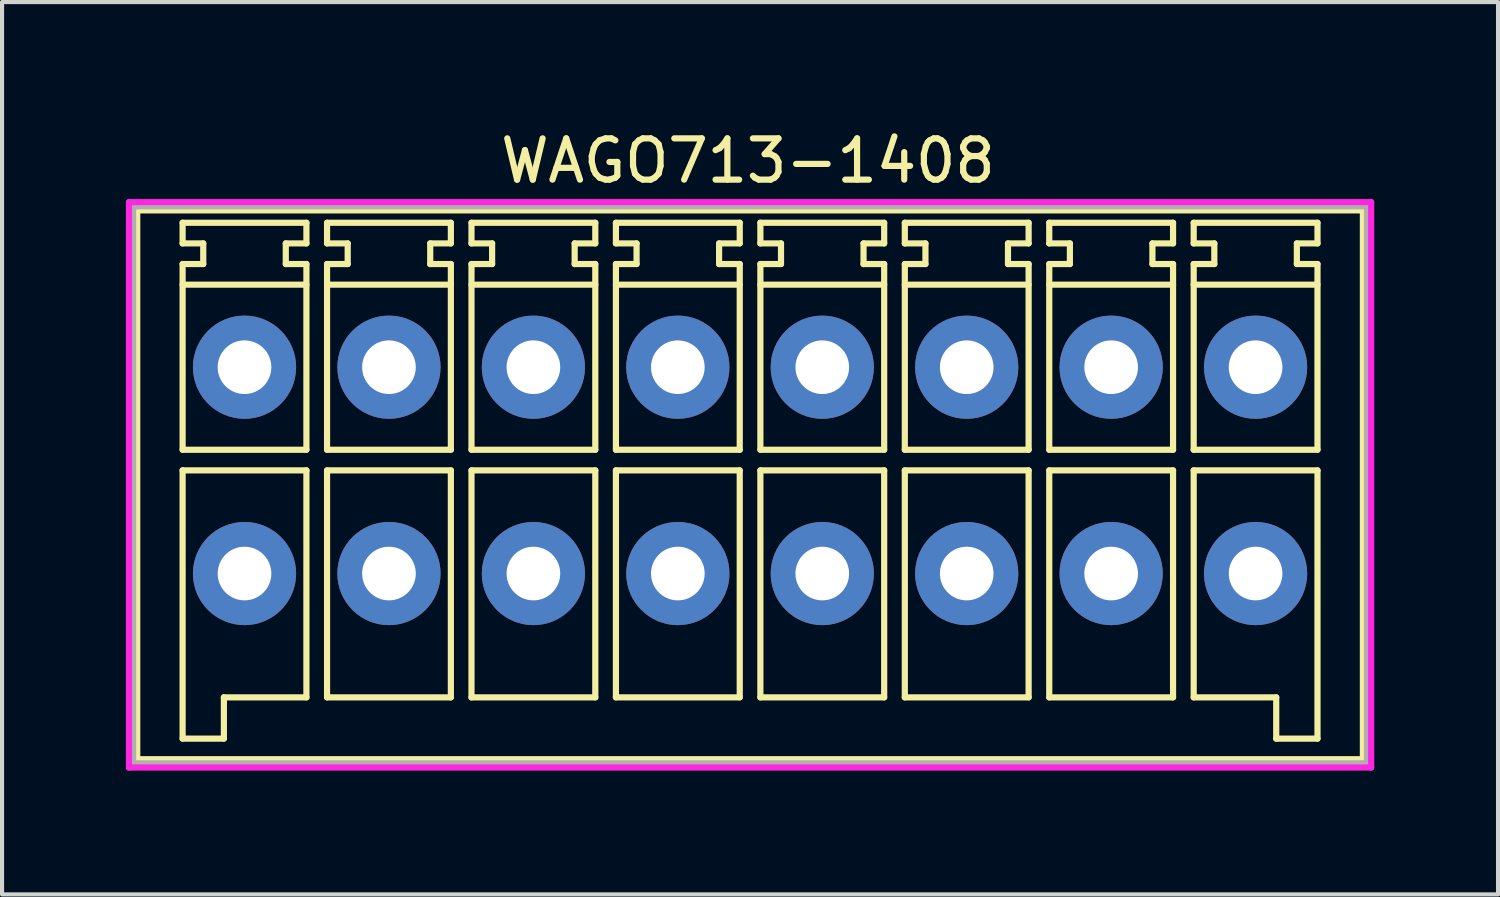
<source format=kicad_pcb>
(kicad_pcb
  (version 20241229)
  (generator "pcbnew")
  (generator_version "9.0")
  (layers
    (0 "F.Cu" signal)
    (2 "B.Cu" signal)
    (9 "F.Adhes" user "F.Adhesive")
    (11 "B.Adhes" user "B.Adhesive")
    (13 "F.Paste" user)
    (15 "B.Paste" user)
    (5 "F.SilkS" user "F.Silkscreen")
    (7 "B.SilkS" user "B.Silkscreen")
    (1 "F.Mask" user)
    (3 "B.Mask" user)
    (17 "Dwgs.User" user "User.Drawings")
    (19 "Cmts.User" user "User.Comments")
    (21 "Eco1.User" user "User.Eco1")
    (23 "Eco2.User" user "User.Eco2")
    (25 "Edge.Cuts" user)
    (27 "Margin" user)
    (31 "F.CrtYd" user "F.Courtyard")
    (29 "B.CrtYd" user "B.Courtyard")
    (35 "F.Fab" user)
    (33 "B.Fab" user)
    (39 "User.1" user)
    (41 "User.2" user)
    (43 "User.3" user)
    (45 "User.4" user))
  (footprint "WAGO713-1408"
    (layer "F.Cu")
    (at 2.875 5.848)
    (property "Reference" "WAGO713-1408" (at 12.2 -5 0) (layer "F.SilkS") (effects (font (size 1 1) (thickness 0.15))))
    (attr through_hole)
    (fp_line (start -2.6 -3.8) (end -2.6 9.5) (stroke (width 0.15) (type solid)) (layer "F.SilkS"))
    (fp_line (start -2.6 9.5) (end 27.1 9.5) (stroke (width 0.15) (type solid)) (layer "F.SilkS"))
    (fp_line (start -1.5 -3.5) (end 1.5 -3.5) (stroke (width 0.15) (type solid)) (layer "F.SilkS"))
    (fp_line (start -1.5 -3) (end -1.5 -3.5) (stroke (width 0.15) (type solid)) (layer "F.SilkS"))
    (fp_line (start -1.5 -2.5) (end -1 -2.5) (stroke (width 0.15) (type solid)) (layer "F.SilkS"))
    (fp_line (start -1.5 2) (end -1.5 -2.5) (stroke (width 0.15) (type solid)) (layer "F.SilkS"))
    (fp_line (start -1.5 2.5) (end -1.5 9) (stroke (width 0.15) (type solid)) (layer "F.SilkS"))
    (fp_line (start -1.5 9) (end -0.5 9) (stroke (width 0.15) (type solid)) (layer "F.SilkS"))
    (fp_line (start -1 -3) (end -1.5 -3) (stroke (width 0.15) (type solid)) (layer "F.SilkS"))
    (fp_line (start -1 -2.5) (end -1 -3) (stroke (width 0.15) (type solid)) (layer "F.SilkS"))
    (fp_line (start -0.5 8) (end 1.5 8) (stroke (width 0.15) (type solid)) (layer "F.SilkS"))
    (fp_line (start -0.5 9) (end -0.5 8) (stroke (width 0.15) (type solid)) (layer "F.SilkS"))
    (fp_line (start 1 -3) (end 1 -2.5) (stroke (width 0.15) (type solid)) (layer "F.SilkS"))
    (fp_line (start 1 -2.5) (end 1.5 -2.5) (stroke (width 0.15) (type solid)) (layer "F.SilkS"))
    (fp_line (start 1.5 -3.5) (end 1.5 -3) (stroke (width 0.15) (type solid)) (layer "F.SilkS"))
    (fp_line (start 1.5 -3) (end 1 -3) (stroke (width 0.15) (type solid)) (layer "F.SilkS"))
    (fp_line (start 1.5 -2.5) (end 1.5 2) (stroke (width 0.15) (type solid)) (layer "F.SilkS"))
    (fp_line (start 1.5 -2) (end -1.5 -2) (stroke (width 0.15) (type solid)) (layer "F.SilkS"))
    (fp_line (start 1.5 2) (end -1.5 2) (stroke (width 0.15) (type solid)) (layer "F.SilkS"))
    (fp_line (start 1.5 2.5) (end -1.5 2.5) (stroke (width 0.15) (type solid)) (layer "F.SilkS"))
    (fp_line (start 1.5 8) (end 1.5 2.5) (stroke (width 0.15) (type solid)) (layer "F.SilkS"))
    (fp_line (start 2 -3.5) (end 2 -3) (stroke (width 0.15) (type solid)) (layer "F.SilkS"))
    (fp_line (start 2 -3) (end 2.5 -3) (stroke (width 0.15) (type solid)) (layer "F.SilkS"))
    (fp_line (start 2 -2.5) (end 2 2) (stroke (width 0.15) (type solid)) (layer "F.SilkS"))
    (fp_line (start 2 2) (end 5 2) (stroke (width 0.15) (type solid)) (layer "F.SilkS"))
    (fp_line (start 2 2.5) (end 2 8) (stroke (width 0.15) (type solid)) (layer "F.SilkS"))
    (fp_line (start 2 8) (end 5 8) (stroke (width 0.15) (type solid)) (layer "F.SilkS"))
    (fp_line (start 2.5 -3) (end 2.5 -2.5) (stroke (width 0.15) (type solid)) (layer "F.SilkS"))
    (fp_line (start 2.5 -2.5) (end 2 -2.5) (stroke (width 0.15) (type solid)) (layer "F.SilkS"))
    (fp_line (start 4.5 -3) (end 5 -3) (stroke (width 0.15) (type solid)) (layer "F.SilkS"))
    (fp_line (start 4.5 -2.5) (end 4.5 -3) (stroke (width 0.15) (type solid)) (layer "F.SilkS"))
    (fp_line (start 5 -3.5) (end 2 -3.5) (stroke (width 0.15) (type solid)) (layer "F.SilkS"))
    (fp_line (start 5 -3) (end 5 -3.5) (stroke (width 0.15) (type solid)) (layer "F.SilkS"))
    (fp_line (start 5 -2.5) (end 4.5 -2.5) (stroke (width 0.15) (type solid)) (layer "F.SilkS"))
    (fp_line (start 5 -2) (end 2 -2) (stroke (width 0.15) (type solid)) (layer "F.SilkS"))
    (fp_line (start 5 2) (end 5 -2.5) (stroke (width 0.15) (type solid)) (layer "F.SilkS"))
    (fp_line (start 5 2.5) (end 2 2.5) (stroke (width 0.15) (type solid)) (layer "F.SilkS"))
    (fp_line (start 5 8) (end 5 2.5) (stroke (width 0.15) (type solid)) (layer "F.SilkS"))
    (fp_line (start 5.5 -3.5) (end 5.5 -3) (stroke (width 0.15) (type solid)) (layer "F.SilkS"))
    (fp_line (start 5.5 -3) (end 6 -3) (stroke (width 0.15) (type solid)) (layer "F.SilkS"))
    (fp_line (start 5.5 -2.5) (end 5.5 2) (stroke (width 0.15) (type solid)) (layer "F.SilkS"))
    (fp_line (start 5.5 2) (end 8.5 2) (stroke (width 0.15) (type solid)) (layer "F.SilkS"))
    (fp_line (start 5.5 2.5) (end 5.5 8) (stroke (width 0.15) (type solid)) (layer "F.SilkS"))
    (fp_line (start 5.5 8) (end 8.5 8) (stroke (width 0.15) (type solid)) (layer "F.SilkS"))
    (fp_line (start 6 -3) (end 6 -2.5) (stroke (width 0.15) (type solid)) (layer "F.SilkS"))
    (fp_line (start 6 -2.5) (end 5.5 -2.5) (stroke (width 0.15) (type solid)) (layer "F.SilkS"))
    (fp_line (start 8 -3) (end 8.5 -3) (stroke (width 0.15) (type solid)) (layer "F.SilkS"))
    (fp_line (start 8 -2.5) (end 8 -3) (stroke (width 0.15) (type solid)) (layer "F.SilkS"))
    (fp_line (start 8.5 -3.5) (end 5.5 -3.5) (stroke (width 0.15) (type solid)) (layer "F.SilkS"))
    (fp_line (start 8.5 -3) (end 8.5 -3.5) (stroke (width 0.15) (type solid)) (layer "F.SilkS"))
    (fp_line (start 8.5 -2.5) (end 8 -2.5) (stroke (width 0.15) (type solid)) (layer "F.SilkS"))
    (fp_line (start 8.5 -2) (end 5.5 -2) (stroke (width 0.15) (type solid)) (layer "F.SilkS"))
    (fp_line (start 8.5 2) (end 8.5 -2.5) (stroke (width 0.15) (type solid)) (layer "F.SilkS"))
    (fp_line (start 8.5 2.5) (end 5.5 2.5) (stroke (width 0.15) (type solid)) (layer "F.SilkS"))
    (fp_line (start 8.5 8) (end 8.5 2.5) (stroke (width 0.15) (type solid)) (layer "F.SilkS"))
    (fp_line (start 9 -3.5) (end 9 -3) (stroke (width 0.15) (type solid)) (layer "F.SilkS"))
    (fp_line (start 9 -3) (end 9.5 -3) (stroke (width 0.15) (type solid)) (layer "F.SilkS"))
    (fp_line (start 9 -2.5) (end 9 2) (stroke (width 0.15) (type solid)) (layer "F.SilkS"))
    (fp_line (start 9 2) (end 12 2) (stroke (width 0.15) (type solid)) (layer "F.SilkS"))
    (fp_line (start 9 2.5) (end 9 8) (stroke (width 0.15) (type solid)) (layer "F.SilkS"))
    (fp_line (start 9 8) (end 12 8) (stroke (width 0.15) (type solid)) (layer "F.SilkS"))
    (fp_line (start 9.5 -3) (end 9.5 -2.5) (stroke (width 0.15) (type solid)) (layer "F.SilkS"))
    (fp_line (start 9.5 -2.5) (end 9 -2.5) (stroke (width 0.15) (type solid)) (layer "F.SilkS"))
    (fp_line (start 11.5 -3) (end 12 -3) (stroke (width 0.15) (type solid)) (layer "F.SilkS"))
    (fp_line (start 11.5 -2.5) (end 11.5 -3) (stroke (width 0.15) (type solid)) (layer "F.SilkS"))
    (fp_line (start 12 -3.5) (end 9 -3.5) (stroke (width 0.15) (type solid)) (layer "F.SilkS"))
    (fp_line (start 12 -3) (end 12 -3.5) (stroke (width 0.15) (type solid)) (layer "F.SilkS"))
    (fp_line (start 12 -2.5) (end 11.5 -2.5) (stroke (width 0.15) (type solid)) (layer "F.SilkS"))
    (fp_line (start 12 -2) (end 9 -2) (stroke (width 0.15) (type solid)) (layer "F.SilkS"))
    (fp_line (start 12 2) (end 12 -2.5) (stroke (width 0.15) (type solid)) (layer "F.SilkS"))
    (fp_line (start 12 2.5) (end 9 2.5) (stroke (width 0.15) (type solid)) (layer "F.SilkS"))
    (fp_line (start 12 8) (end 12 2.5) (stroke (width 0.15) (type solid)) (layer "F.SilkS"))
    (fp_line (start 12.5 -3.5) (end 12.5 -3) (stroke (width 0.15) (type solid)) (layer "F.SilkS"))
    (fp_line (start 12.5 -3) (end 13 -3) (stroke (width 0.15) (type solid)) (layer "F.SilkS"))
    (fp_line (start 12.5 -2.5) (end 12.5 2) (stroke (width 0.15) (type solid)) (layer "F.SilkS"))
    (fp_line (start 12.5 2) (end 15.5 2) (stroke (width 0.15) (type solid)) (layer "F.SilkS"))
    (fp_line (start 12.5 2.5) (end 12.5 8) (stroke (width 0.15) (type solid)) (layer "F.SilkS"))
    (fp_line (start 12.5 8) (end 15.5 8) (stroke (width 0.15) (type solid)) (layer "F.SilkS"))
    (fp_line (start 13 -3) (end 13 -2.5) (stroke (width 0.15) (type solid)) (layer "F.SilkS"))
    (fp_line (start 13 -2.5) (end 12.5 -2.5) (stroke (width 0.15) (type solid)) (layer "F.SilkS"))
    (fp_line (start 15 -3) (end 15.5 -3) (stroke (width 0.15) (type solid)) (layer "F.SilkS"))
    (fp_line (start 15 -2.5) (end 15 -3) (stroke (width 0.15) (type solid)) (layer "F.SilkS"))
    (fp_line (start 15.5 -3.5) (end 12.5 -3.5) (stroke (width 0.15) (type solid)) (layer "F.SilkS"))
    (fp_line (start 15.5 -3) (end 15.5 -3.5) (stroke (width 0.15) (type solid)) (layer "F.SilkS"))
    (fp_line (start 15.5 -2.5) (end 15 -2.5) (stroke (width 0.15) (type solid)) (layer "F.SilkS"))
    (fp_line (start 15.5 -2) (end 12.5 -2) (stroke (width 0.15) (type solid)) (layer "F.SilkS"))
    (fp_line (start 15.5 2) (end 15.5 -2.5) (stroke (width 0.15) (type solid)) (layer "F.SilkS"))
    (fp_line (start 15.5 2.5) (end 12.5 2.5) (stroke (width 0.15) (type solid)) (layer "F.SilkS"))
    (fp_line (start 15.5 8) (end 15.5 2.5) (stroke (width 0.15) (type solid)) (layer "F.SilkS"))
    (fp_line (start 16 -3.5) (end 16 -3) (stroke (width 0.15) (type solid)) (layer "F.SilkS"))
    (fp_line (start 16 -3) (end 16.5 -3) (stroke (width 0.15) (type solid)) (layer "F.SilkS"))
    (fp_line (start 16 -2.5) (end 16 2) (stroke (width 0.15) (type solid)) (layer "F.SilkS"))
    (fp_line (start 16 2) (end 19 2) (stroke (width 0.15) (type solid)) (layer "F.SilkS"))
    (fp_line (start 16 2.5) (end 16 8) (stroke (width 0.15) (type solid)) (layer "F.SilkS"))
    (fp_line (start 16 8) (end 19 8) (stroke (width 0.15) (type solid)) (layer "F.SilkS"))
    (fp_line (start 16.5 -3) (end 16.5 -2.5) (stroke (width 0.15) (type solid)) (layer "F.SilkS"))
    (fp_line (start 16.5 -2.5) (end 16 -2.5) (stroke (width 0.15) (type solid)) (layer "F.SilkS"))
    (fp_line (start 18.5 -3) (end 19 -3) (stroke (width 0.15) (type solid)) (layer "F.SilkS"))
    (fp_line (start 18.5 -2.5) (end 18.5 -3) (stroke (width 0.15) (type solid)) (layer "F.SilkS"))
    (fp_line (start 19 -3.5) (end 16 -3.5) (stroke (width 0.15) (type solid)) (layer "F.SilkS"))
    (fp_line (start 19 -3) (end 19 -3.5) (stroke (width 0.15) (type solid)) (layer "F.SilkS"))
    (fp_line (start 19 -2.5) (end 18.5 -2.5) (stroke (width 0.15) (type solid)) (layer "F.SilkS"))
    (fp_line (start 19 -2) (end 16 -2) (stroke (width 0.15) (type solid)) (layer "F.SilkS"))
    (fp_line (start 19 2) (end 19 -2.5) (stroke (width 0.15) (type solid)) (layer "F.SilkS"))
    (fp_line (start 19 2.5) (end 16 2.5) (stroke (width 0.15) (type solid)) (layer "F.SilkS"))
    (fp_line (start 19 8) (end 19 2.5) (stroke (width 0.15) (type solid)) (layer "F.SilkS"))
    (fp_line (start 19.5 -3.5) (end 19.5 -3) (stroke (width 0.15) (type solid)) (layer "F.SilkS"))
    (fp_line (start 19.5 -3) (end 20 -3) (stroke (width 0.15) (type solid)) (layer "F.SilkS"))
    (fp_line (start 19.5 -2.5) (end 19.5 2) (stroke (width 0.15) (type solid)) (layer "F.SilkS"))
    (fp_line (start 19.5 2) (end 22.5 2) (stroke (width 0.15) (type solid)) (layer "F.SilkS"))
    (fp_line (start 19.5 2.5) (end 19.5 8) (stroke (width 0.15) (type solid)) (layer "F.SilkS"))
    (fp_line (start 19.5 8) (end 22.5 8) (stroke (width 0.15) (type solid)) (layer "F.SilkS"))
    (fp_line (start 20 -3) (end 20 -2.5) (stroke (width 0.15) (type solid)) (layer "F.SilkS"))
    (fp_line (start 20 -2.5) (end 19.5 -2.5) (stroke (width 0.15) (type solid)) (layer "F.SilkS"))
    (fp_line (start 22 -3) (end 22.5 -3) (stroke (width 0.15) (type solid)) (layer "F.SilkS"))
    (fp_line (start 22 -2.5) (end 22 -3) (stroke (width 0.15) (type solid)) (layer "F.SilkS"))
    (fp_line (start 22.5 -3.5) (end 19.5 -3.5) (stroke (width 0.15) (type solid)) (layer "F.SilkS"))
    (fp_line (start 22.5 -3) (end 22.5 -3.5) (stroke (width 0.15) (type solid)) (layer "F.SilkS"))
    (fp_line (start 22.5 -2.5) (end 22 -2.5) (stroke (width 0.15) (type solid)) (layer "F.SilkS"))
    (fp_line (start 22.5 -2) (end 19.5 -2) (stroke (width 0.15) (type solid)) (layer "F.SilkS"))
    (fp_line (start 22.5 2) (end 22.5 -2.5) (stroke (width 0.15) (type solid)) (layer "F.SilkS"))
    (fp_line (start 22.5 2.5) (end 19.5 2.5) (stroke (width 0.15) (type solid)) (layer "F.SilkS"))
    (fp_line (start 22.5 8) (end 22.5 2.5) (stroke (width 0.15) (type solid)) (layer "F.SilkS"))
    (fp_line (start 23 -3.5) (end 26 -3.5) (stroke (width 0.15) (type solid)) (layer "F.SilkS"))
    (fp_line (start 23 -3) (end 23 -3.5) (stroke (width 0.15) (type solid)) (layer "F.SilkS"))
    (fp_line (start 23 -2.5) (end 23.5 -2.5) (stroke (width 0.15) (type solid)) (layer "F.SilkS"))
    (fp_line (start 23 -2) (end 26 -2) (stroke (width 0.15) (type solid)) (layer "F.SilkS"))
    (fp_line (start 23 2) (end 23 -2.5) (stroke (width 0.15) (type solid)) (layer "F.SilkS"))
    (fp_line (start 23 2.5) (end 23 8) (stroke (width 0.15) (type solid)) (layer "F.SilkS"))
    (fp_line (start 23 8) (end 25 8) (stroke (width 0.15) (type solid)) (layer "F.SilkS"))
    (fp_line (start 23.5 -3) (end 23 -3) (stroke (width 0.15) (type solid)) (layer "F.SilkS"))
    (fp_line (start 23.5 -2.5) (end 23.5 -3) (stroke (width 0.15) (type solid)) (layer "F.SilkS"))
    (fp_line (start 25 8) (end 25 9) (stroke (width 0.15) (type solid)) (layer "F.SilkS"))
    (fp_line (start 25 9) (end 26 9) (stroke (width 0.15) (type solid)) (layer "F.SilkS"))
    (fp_line (start 25.5 -3) (end 25.5 -2.5) (stroke (width 0.15) (type solid)) (layer "F.SilkS"))
    (fp_line (start 25.5 -2.5) (end 26 -2.5) (stroke (width 0.15) (type solid)) (layer "F.SilkS"))
    (fp_line (start 26 -3.5) (end 26 -3) (stroke (width 0.15) (type solid)) (layer "F.SilkS"))
    (fp_line (start 26 -3) (end 25.5 -3) (stroke (width 0.15) (type solid)) (layer "F.SilkS"))
    (fp_line (start 26 -2.5) (end 26 2) (stroke (width 0.15) (type solid)) (layer "F.SilkS"))
    (fp_line (start 26 2) (end 23 2) (stroke (width 0.15) (type solid)) (layer "F.SilkS"))
    (fp_line (start 26 2.5) (end 23 2.5) (stroke (width 0.15) (type solid)) (layer "F.SilkS"))
    (fp_line (start 26 9) (end 26 2.5) (stroke (width 0.15) (type solid)) (layer "F.SilkS"))
    (fp_line (start 27.1 -3.8) (end -2.6 -3.8) (stroke (width 0.15) (type solid)) (layer "F.SilkS"))
    (fp_line (start 27.1 9.5) (end 27.1 -3.8) (stroke (width 0.15) (type solid)) (layer "F.SilkS"))
    (fp_line (start -2.8 -4) (end 27.3 -4) (stroke (width 0.15) (type solid)) (layer "F.CrtYd"))
    (fp_line (start -2.8 9.7) (end -2.8 -4) (stroke (width 0.15) (type solid)) (layer "F.CrtYd"))
    (fp_line (start 27.3 -4) (end 27.3 9.7) (stroke (width 0.15) (type solid)) (layer "F.CrtYd"))
    (fp_line (start 27.3 9.7) (end -2.8 9.7) (stroke (width 0.15) (type solid)) (layer "F.CrtYd"))
    (fp_line (start -2.7 -3.9) (end 27.2 -3.9) (stroke (width 0.15) (type solid)) (layer "F.Fab"))
    (fp_line (start -2.7 9.6) (end -2.7 -3.9) (stroke (width 0.15) (type solid)) (layer "F.Fab"))
    (fp_line (start 27.2 -3.9) (end 27.2 9.6) (stroke (width 0.15) (type solid)) (layer "F.Fab"))
    (fp_line (start 27.2 9.6) (end -2.7 9.6) (stroke (width 0.15) (type solid)) (layer "F.Fab"))
    (pad "1" thru_hole circle (at 0 0) (size 2.5 2.5) (drill 1.3) (layers "*.Cu" "*.Mask"))
    (pad "2" thru_hole circle (at 0 5) (size 2.5 2.5) (drill 1.3) (layers "*.Cu" "*.Mask"))
    (pad "3" thru_hole circle (at 3.5 0) (size 2.5 2.5) (drill 1.3) (layers "*.Cu" "*.Mask"))
    (pad "4" thru_hole circle (at 3.5 5) (size 2.5 2.5) (drill 1.3) (layers "*.Cu" "*.Mask"))
    (pad "5" thru_hole circle (at 7 0) (size 2.5 2.5) (drill 1.3) (layers "*.Cu" "*.Mask"))
    (pad "6" thru_hole circle (at 7 5) (size 2.5 2.5) (drill 1.3) (layers "*.Cu" "*.Mask"))
    (pad "7" thru_hole circle (at 10.5 0) (size 2.5 2.5) (drill 1.3) (layers "*.Cu" "*.Mask"))
    (pad "8" thru_hole circle (at 10.5 5) (size 2.5 2.5) (drill 1.3) (layers "*.Cu" "*.Mask"))
    (pad "9" thru_hole circle (at 14 0) (size 2.5 2.5) (drill 1.3) (layers "*.Cu" "*.Mask"))
    (pad "10" thru_hole circle (at 14 5) (size 2.5 2.5) (drill 1.3) (layers "*.Cu" "*.Mask"))
    (pad "11" thru_hole circle (at 17.5 0) (size 2.5 2.5) (drill 1.3) (layers "*.Cu" "*.Mask"))
    (pad "12" thru_hole circle (at 17.5 5) (size 2.5 2.5) (drill 1.3) (layers "*.Cu" "*.Mask"))
    (pad "13" thru_hole circle (at 21 0) (size 2.5 2.5) (drill 1.3) (layers "*.Cu" "*.Mask"))
    (pad "14" thru_hole circle (at 21 5) (size 2.5 2.5) (drill 1.3) (layers "*.Cu" "*.Mask"))
    (pad "15" thru_hole circle (at 24.5 0) (size 2.5 2.5) (drill 1.3) (layers "*.Cu" "*.Mask"))
    (pad "16" thru_hole circle (at 24.5 5) (size 2.5 2.5) (drill 1.3) (layers "*.Cu" "*.Mask")))
  (gr_rect
    (start -3 -3)
    (end 33.25 18.623)
    (stroke (width 0.1) (type default))
    (fill no)
    (layer "Edge.Cuts")))
</source>
